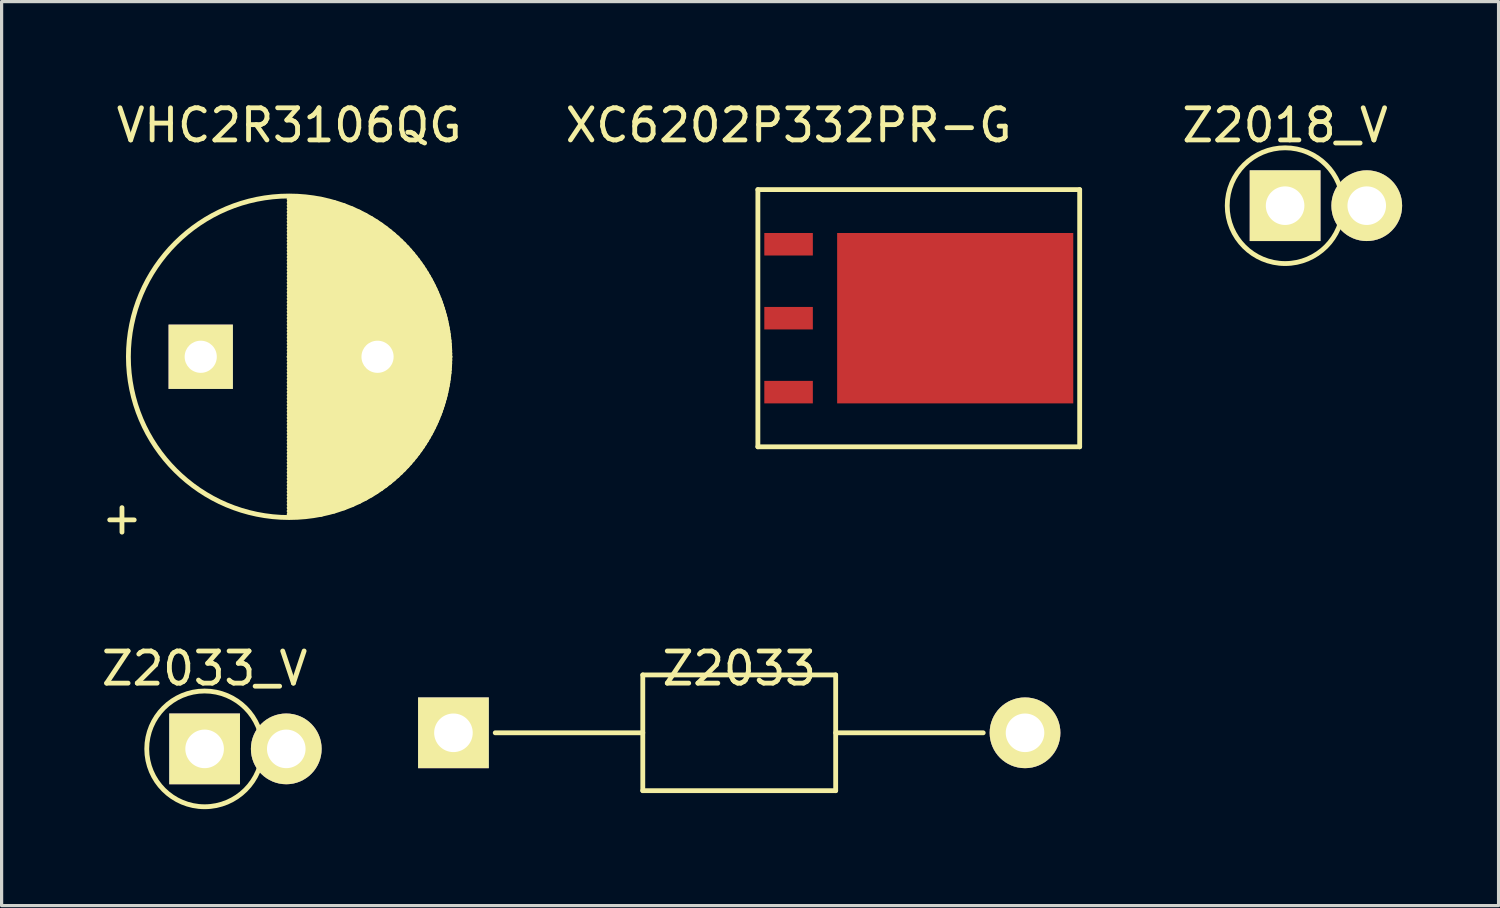
<source format=kicad_pcb>
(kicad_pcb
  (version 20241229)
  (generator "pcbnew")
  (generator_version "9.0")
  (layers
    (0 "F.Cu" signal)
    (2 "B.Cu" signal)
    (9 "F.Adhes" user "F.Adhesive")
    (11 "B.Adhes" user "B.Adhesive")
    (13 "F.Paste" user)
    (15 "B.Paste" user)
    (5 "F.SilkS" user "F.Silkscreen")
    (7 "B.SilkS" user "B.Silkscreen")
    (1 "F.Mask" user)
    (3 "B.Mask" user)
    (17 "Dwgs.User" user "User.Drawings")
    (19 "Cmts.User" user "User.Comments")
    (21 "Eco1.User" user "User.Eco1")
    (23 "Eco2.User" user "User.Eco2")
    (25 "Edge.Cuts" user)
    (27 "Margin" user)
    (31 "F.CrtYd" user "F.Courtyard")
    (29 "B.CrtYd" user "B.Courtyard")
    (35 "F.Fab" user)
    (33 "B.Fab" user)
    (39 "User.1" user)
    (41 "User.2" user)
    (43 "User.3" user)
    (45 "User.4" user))
  (footprint "Z2033"
    (layer "F.Cu")
    (at 11.055 19.745)
    (property "Reference" "Z2033" (at 8.89 -2 0) (layer "F.SilkS") (effects (font (size 1 1) (thickness 0.15))))
    (attr through_hole)
    (fp_line (start 1.3 0) (end 5.89 0) (stroke (width 0.15) (type solid)) (layer "F.SilkS"))
    (fp_line (start 5.89 -1.8) (end 5.89 1.8) (stroke (width 0.15) (type solid)) (layer "F.SilkS"))
    (fp_line (start 5.89 -1.8) (end 11.89 -1.8) (stroke (width 0.15) (type solid)) (layer "F.SilkS"))
    (fp_line (start 5.89 1.8) (end 11.89 1.8) (stroke (width 0.15) (type solid)) (layer "F.SilkS"))
    (fp_line (start 11.89 0) (end 16.48 0) (stroke (width 0.15) (type solid)) (layer "F.SilkS"))
    (fp_line (start 11.89 1.8) (end 11.89 -1.8) (stroke (width 0.15) (type solid)) (layer "F.SilkS"))
    (pad "1" thru_hole rect (at 0 0) (size 2.2 2.2) (drill 1.2) (layers "*.Cu" "*.Mask" "F.SilkS"))
    (pad "2" thru_hole circle (at 17.78 0) (size 2.2 2.2) (drill 1.2) (layers "*.Cu" "*.Mask" "F.SilkS")))
  (footprint "VHC2R3106QG"
    (layer "F.Cu")
    (at 3.194 8.048)
    (property "Reference" "VHC2R3106QG" (at 2.75 -7.2 0) (layer "F.SilkS") (effects (font (size 1 1) (thickness 0.15))))
    (attr through_hole)
    (fp_line (start 2.75 -4.9) (end 3.745 -4.9) (stroke (width 0.15) (type solid)) (layer "F.SilkS"))
    (fp_line (start 2.75 -4.8) (end 4.15 -4.8) (stroke (width 0.15) (type solid)) (layer "F.SilkS"))
    (fp_line (start 2.75 -4.7) (end 4.456 -4.7) (stroke (width 0.15) (type solid)) (layer "F.SilkS"))
    (fp_line (start 2.75 -4.6) (end 4.71 -4.6) (stroke (width 0.15) (type solid)) (layer "F.SilkS"))
    (fp_line (start 2.75 -4.5) (end 4.929 -4.5) (stroke (width 0.15) (type solid)) (layer "F.SilkS"))
    (fp_line (start 2.75 -4.4) (end 5.125 -4.4) (stroke (width 0.15) (type solid)) (layer "F.SilkS"))
    (fp_line (start 2.75 -4.3) (end 5.301 -4.3) (stroke (width 0.15) (type solid)) (layer "F.SilkS"))
    (fp_line (start 2.75 -4.2) (end 5.463 -4.2) (stroke (width 0.15) (type solid)) (layer "F.SilkS"))
    (fp_line (start 2.75 -4.1) (end 5.612 -4.1) (stroke (width 0.15) (type solid)) (layer "F.SilkS"))
    (fp_line (start 2.75 -4) (end 5.75 -4) (stroke (width 0.15) (type solid)) (layer "F.SilkS"))
    (fp_line (start 2.75 -3.9) (end 5.879 -3.9) (stroke (width 0.15) (type solid)) (layer "F.SilkS"))
    (fp_line (start 2.75 -3.8) (end 6 -3.8) (stroke (width 0.15) (type solid)) (layer "F.SilkS"))
    (fp_line (start 2.75 -3.7) (end 6.113 -3.7) (stroke (width 0.15) (type solid)) (layer "F.SilkS"))
    (fp_line (start 2.75 -3.6) (end 6.22 -3.6) (stroke (width 0.15) (type solid)) (layer "F.SilkS"))
    (fp_line (start 2.75 -3.5) (end 6.321 -3.5) (stroke (width 0.15) (type solid)) (layer "F.SilkS"))
    (fp_line (start 2.75 -3.4) (end 6.416 -3.4) (stroke (width 0.15) (type solid)) (layer "F.SilkS"))
    (fp_line (start 2.75 -3.3) (end 6.506 -3.3) (stroke (width 0.15) (type solid)) (layer "F.SilkS"))
    (fp_line (start 2.75 -3.2) (end 6.592 -3.2) (stroke (width 0.15) (type solid)) (layer "F.SilkS"))
    (fp_line (start 2.75 -3.1) (end 6.673 -3.1) (stroke (width 0.15) (type solid)) (layer "F.SilkS"))
    (fp_line (start 2.75 -3) (end 6.75 -3) (stroke (width 0.15) (type solid)) (layer "F.SilkS"))
    (fp_line (start 2.75 -2.9) (end 6.823 -2.9) (stroke (width 0.15) (type solid)) (layer "F.SilkS"))
    (fp_line (start 2.75 -2.8) (end 6.892 -2.8) (stroke (width 0.15) (type solid)) (layer "F.SilkS"))
    (fp_line (start 2.75 -2.7) (end 6.958 -2.7) (stroke (width 0.15) (type solid)) (layer "F.SilkS"))
    (fp_line (start 2.75 -2.6) (end 7.021 -2.6) (stroke (width 0.15) (type solid)) (layer "F.SilkS"))
    (fp_line (start 2.75 -2.5) (end 7.08 -2.5) (stroke (width 0.15) (type solid)) (layer "F.SilkS"))
    (fp_line (start 2.75 -2.4) (end 7.136 -2.4) (stroke (width 0.15) (type solid)) (layer "F.SilkS"))
    (fp_line (start 2.75 -2.3) (end 7.19 -2.3) (stroke (width 0.15) (type solid)) (layer "F.SilkS"))
    (fp_line (start 2.75 -2.2) (end 7.24 -2.2) (stroke (width 0.15) (type solid)) (layer "F.SilkS"))
    (fp_line (start 2.75 -2.1) (end 7.288 -2.1) (stroke (width 0.15) (type solid)) (layer "F.SilkS"))
    (fp_line (start 2.75 -2) (end 7.333 -2) (stroke (width 0.15) (type solid)) (layer "F.SilkS"))
    (fp_line (start 2.75 -1.9) (end 7.375 -1.9) (stroke (width 0.15) (type solid)) (layer "F.SilkS"))
    (fp_line (start 2.75 -1.8) (end 7.415 -1.8) (stroke (width 0.15) (type solid)) (layer "F.SilkS"))
    (fp_line (start 2.75 -1.7) (end 7.452 -1.7) (stroke (width 0.15) (type solid)) (layer "F.SilkS"))
    (fp_line (start 2.75 -1.6) (end 7.487 -1.6) (stroke (width 0.15) (type solid)) (layer "F.SilkS"))
    (fp_line (start 2.75 -1.5) (end 7.52 -1.5) (stroke (width 0.15) (type solid)) (layer "F.SilkS"))
    (fp_line (start 2.75 -1.4) (end 7.55 -1.4) (stroke (width 0.15) (type solid)) (layer "F.SilkS"))
    (fp_line (start 2.75 -1.3) (end 7.578 -1.3) (stroke (width 0.15) (type solid)) (layer "F.SilkS"))
    (fp_line (start 2.75 -1.2) (end 7.604 -1.2) (stroke (width 0.15) (type solid)) (layer "F.SilkS"))
    (fp_line (start 2.75 -1.1) (end 7.627 -1.1) (stroke (width 0.15) (type solid)) (layer "F.SilkS"))
    (fp_line (start 2.75 -1) (end 7.649 -1) (stroke (width 0.15) (type solid)) (layer "F.SilkS"))
    (fp_line (start 2.75 -0.9) (end 7.668 -0.9) (stroke (width 0.15) (type solid)) (layer "F.SilkS"))
    (fp_line (start 2.75 -0.8) (end 7.686 -0.8) (stroke (width 0.15) (type solid)) (layer "F.SilkS"))
    (fp_line (start 2.75 -0.7) (end 7.701 -0.7) (stroke (width 0.15) (type solid)) (layer "F.SilkS"))
    (fp_line (start 2.75 -0.6) (end 7.714 -0.6) (stroke (width 0.15) (type solid)) (layer "F.SilkS"))
    (fp_line (start 2.75 -0.5) (end 7.725 -0.5) (stroke (width 0.15) (type solid)) (layer "F.SilkS"))
    (fp_line (start 2.75 -0.4) (end 7.734 -0.4) (stroke (width 0.15) (type solid)) (layer "F.SilkS"))
    (fp_line (start 2.75 -0.3) (end 7.741 -0.3) (stroke (width 0.15) (type solid)) (layer "F.SilkS"))
    (fp_line (start 2.75 -0.2) (end 7.746 -0.2) (stroke (width 0.15) (type solid)) (layer "F.SilkS"))
    (fp_line (start 2.75 -0.1) (end 7.749 -0.1) (stroke (width 0.15) (type solid)) (layer "F.SilkS"))
    (fp_line (start 2.75 0) (end 7.75 0) (stroke (width 0.15) (type solid)) (layer "F.SilkS"))
    (fp_line (start 2.75 0) (end 7.75 0) (stroke (width 0.15) (type solid)) (layer "F.SilkS"))
    (fp_line (start 2.75 0.1) (end 7.749 0.1) (stroke (width 0.15) (type solid)) (layer "F.SilkS"))
    (fp_line (start 2.75 0.2) (end 7.746 0.2) (stroke (width 0.15) (type solid)) (layer "F.SilkS"))
    (fp_line (start 2.75 0.3) (end 7.741 0.3) (stroke (width 0.15) (type solid)) (layer "F.SilkS"))
    (fp_line (start 2.75 0.4) (end 7.734 0.4) (stroke (width 0.15) (type solid)) (layer "F.SilkS"))
    (fp_line (start 2.75 0.5) (end 7.725 0.5) (stroke (width 0.15) (type solid)) (layer "F.SilkS"))
    (fp_line (start 2.75 0.6) (end 7.714 0.6) (stroke (width 0.15) (type solid)) (layer "F.SilkS"))
    (fp_line (start 2.75 0.7) (end 7.701 0.7) (stroke (width 0.15) (type solid)) (layer "F.SilkS"))
    (fp_line (start 2.75 0.8) (end 7.686 0.8) (stroke (width 0.15) (type solid)) (layer "F.SilkS"))
    (fp_line (start 2.75 0.9) (end 7.668 0.9) (stroke (width 0.15) (type solid)) (layer "F.SilkS"))
    (fp_line (start 2.75 1) (end 7.649 1) (stroke (width 0.15) (type solid)) (layer "F.SilkS"))
    (fp_line (start 2.75 1.1) (end 7.627 1.1) (stroke (width 0.15) (type solid)) (layer "F.SilkS"))
    (fp_line (start 2.75 1.2) (end 7.604 1.2) (stroke (width 0.15) (type solid)) (layer "F.SilkS"))
    (fp_line (start 2.75 1.3) (end 7.578 1.3) (stroke (width 0.15) (type solid)) (layer "F.SilkS"))
    (fp_line (start 2.75 1.4) (end 7.55 1.4) (stroke (width 0.15) (type solid)) (layer "F.SilkS"))
    (fp_line (start 2.75 1.5) (end 7.52 1.5) (stroke (width 0.15) (type solid)) (layer "F.SilkS"))
    (fp_line (start 2.75 1.6) (end 7.487 1.6) (stroke (width 0.15) (type solid)) (layer "F.SilkS"))
    (fp_line (start 2.75 1.7) (end 7.452 1.7) (stroke (width 0.15) (type solid)) (layer "F.SilkS"))
    (fp_line (start 2.75 1.8) (end 7.415 1.8) (stroke (width 0.15) (type solid)) (layer "F.SilkS"))
    (fp_line (start 2.75 1.9) (end 7.375 1.9) (stroke (width 0.15) (type solid)) (layer "F.SilkS"))
    (fp_line (start 2.75 2) (end 7.333 2) (stroke (width 0.15) (type solid)) (layer "F.SilkS"))
    (fp_line (start 2.75 2.1) (end 7.288 2.1) (stroke (width 0.15) (type solid)) (layer "F.SilkS"))
    (fp_line (start 2.75 2.2) (end 7.24 2.2) (stroke (width 0.15) (type solid)) (layer "F.SilkS"))
    (fp_line (start 2.75 2.3) (end 7.19 2.3) (stroke (width 0.15) (type solid)) (layer "F.SilkS"))
    (fp_line (start 2.75 2.4) (end 7.136 2.4) (stroke (width 0.15) (type solid)) (layer "F.SilkS"))
    (fp_line (start 2.75 2.5) (end 7.08 2.5) (stroke (width 0.15) (type solid)) (layer "F.SilkS"))
    (fp_line (start 2.75 2.6) (end 7.021 2.6) (stroke (width 0.15) (type solid)) (layer "F.SilkS"))
    (fp_line (start 2.75 2.7) (end 6.958 2.7) (stroke (width 0.15) (type solid)) (layer "F.SilkS"))
    (fp_line (start 2.75 2.8) (end 6.892 2.8) (stroke (width 0.15) (type solid)) (layer "F.SilkS"))
    (fp_line (start 2.75 2.9) (end 6.823 2.9) (stroke (width 0.15) (type solid)) (layer "F.SilkS"))
    (fp_line (start 2.75 3) (end 6.75 3) (stroke (width 0.15) (type solid)) (layer "F.SilkS"))
    (fp_line (start 2.75 3.1) (end 6.673 3.1) (stroke (width 0.15) (type solid)) (layer "F.SilkS"))
    (fp_line (start 2.75 3.2) (end 6.592 3.2) (stroke (width 0.15) (type solid)) (layer "F.SilkS"))
    (fp_line (start 2.75 3.3) (end 6.506 3.3) (stroke (width 0.15) (type solid)) (layer "F.SilkS"))
    (fp_line (start 2.75 3.4) (end 6.416 3.4) (stroke (width 0.15) (type solid)) (layer "F.SilkS"))
    (fp_line (start 2.75 3.5) (end 6.321 3.5) (stroke (width 0.15) (type solid)) (layer "F.SilkS"))
    (fp_line (start 2.75 3.6) (end 6.22 3.6) (stroke (width 0.15) (type solid)) (layer "F.SilkS"))
    (fp_line (start 2.75 3.7) (end 6.113 3.7) (stroke (width 0.15) (type solid)) (layer "F.SilkS"))
    (fp_line (start 2.75 3.8) (end 6 3.8) (stroke (width 0.15) (type solid)) (layer "F.SilkS"))
    (fp_line (start 2.75 3.9) (end 5.879 3.9) (stroke (width 0.15) (type solid)) (layer "F.SilkS"))
    (fp_line (start 2.75 4) (end 5.75 4) (stroke (width 0.15) (type solid)) (layer "F.SilkS"))
    (fp_line (start 2.75 4.1) (end 5.612 4.1) (stroke (width 0.15) (type solid)) (layer "F.SilkS"))
    (fp_line (start 2.75 4.2) (end 5.463 4.2) (stroke (width 0.15) (type solid)) (layer "F.SilkS"))
    (fp_line (start 2.75 4.3) (end 5.301 4.3) (stroke (width 0.15) (type solid)) (layer "F.SilkS"))
    (fp_line (start 2.75 4.4) (end 5.125 4.4) (stroke (width 0.15) (type solid)) (layer "F.SilkS"))
    (fp_line (start 2.75 4.5) (end 4.929 4.5) (stroke (width 0.15) (type solid)) (layer "F.SilkS"))
    (fp_line (start 2.75 4.6) (end 4.71 4.6) (stroke (width 0.15) (type solid)) (layer "F.SilkS"))
    (fp_line (start 2.75 4.7) (end 4.456 4.7) (stroke (width 0.15) (type solid)) (layer "F.SilkS"))
    (fp_line (start 2.75 4.8) (end 4.15 4.8) (stroke (width 0.15) (type solid)) (layer "F.SilkS"))
    (fp_line (start 2.75 4.9) (end 3.745 4.9) (stroke (width 0.15) (type solid)) (layer "F.SilkS"))
    (fp_circle (center 2.75 0) (end 2.75 -5) (stroke (width 0.15) (type solid)) (fill no) (layer "F.SilkS"))
    (fp_text user "+" (at -2.45 5 0) (layer "F.SilkS") (effects (font (size 1 1) (thickness 0.15))))
    (pad "1" thru_hole rect (at 0 0) (size 2 2) (drill 1) (layers "*.Cu" "*.Mask" "F.SilkS"))
    (pad "2" thru_hole circle (at 5.5 0) (size 2 2) (drill 1) (layers "*.Cu" "*.Mask" "F.SilkS")))
  (footprint "XC6202P332PR-G"
    (layer "F.Cu")
    (at 21.48 4.548)
    (property "Reference" "XC6202P332PR-G" (at 0 -3.7 0) (layer "F.SilkS") (effects (font (size 1 1) (thickness 0.15))))
    (attr through_hole)
    (fp_line (start -0.955 -1.7) (end -0.955 6.3) (stroke (width 0.15) (type solid)) (layer "F.SilkS"))
    (fp_line (start -0.955 -1.7) (end 9.055 -1.7) (stroke (width 0.15) (type solid)) (layer "F.SilkS"))
    (fp_line (start -0.955 6.3) (end 9.055 6.3) (stroke (width 0.15) (type solid)) (layer "F.SilkS"))
    (fp_line (start 9.055 6.3) (end 9.055 -1.7) (stroke (width 0.15) (type solid)) (layer "F.SilkS"))
    (pad "1" smd rect (at 0 0) (size 1.51 0.7) (layers "F.Cu" "F.Mask" "F.Paste"))
    (pad "2" smd rect (at 0 2.3) (size 1.51 0.7) (layers "F.Cu" "F.Mask" "F.Paste"))
    (pad "3" smd rect (at 0 4.6) (size 1.51 0.7) (layers "F.Cu" "F.Mask" "F.Paste"))
    (pad "4" smd rect (at 5.183 2.3) (size 7.345 5.3) (layers "F.Cu" "F.Mask" "F.Paste")))
  (footprint "Z2033_V"
    (layer "F.Cu")
    (at 3.315 20.245)
    (property "Reference" "Z2033_V" (at 0 -2.5 0) (layer "F.SilkS") (effects (font (size 1 1) (thickness 0.15))))
    (attr through_hole)
    (fp_circle (center 0 0) (end 0 -1.8) (stroke (width 0.15) (type solid)) (fill no) (layer "F.SilkS"))
    (pad "1" thru_hole rect (at 0 0) (size 2.2 2.2) (drill 1.2) (layers "*.Cu" "*.Mask" "F.SilkS"))
    (pad "2" thru_hole circle (at 2.54 0) (size 2.2 2.2) (drill 1.2) (layers "*.Cu" "*.Mask" "F.SilkS")))
  (footprint "Z2018_V"
    (layer "F.Cu")
    (at 36.925 3.348)
    (property "Reference" "Z2018_V" (at 0 -2.5 0) (layer "F.SilkS") (effects (font (size 1 1) (thickness 0.15))))
    (attr through_hole)
    (fp_circle (center 0 0) (end 0 -1.8) (stroke (width 0.15) (type solid)) (fill no) (layer "F.SilkS"))
    (pad "1" thru_hole rect (at 0 0) (size 2.2 2.2) (drill 1.2) (layers "*.Cu" "*.Mask" "F.SilkS"))
    (pad "2" thru_hole circle (at 2.54 0) (size 2.2 2.2) (drill 1.2) (layers "*.Cu" "*.Mask" "F.SilkS")))
  (gr_rect
    (start -3 -3)
    (end 43.565 25.12)
    (stroke (width 0.1) (type default))
    (fill no)
    (layer "Edge.Cuts")))
</source>
